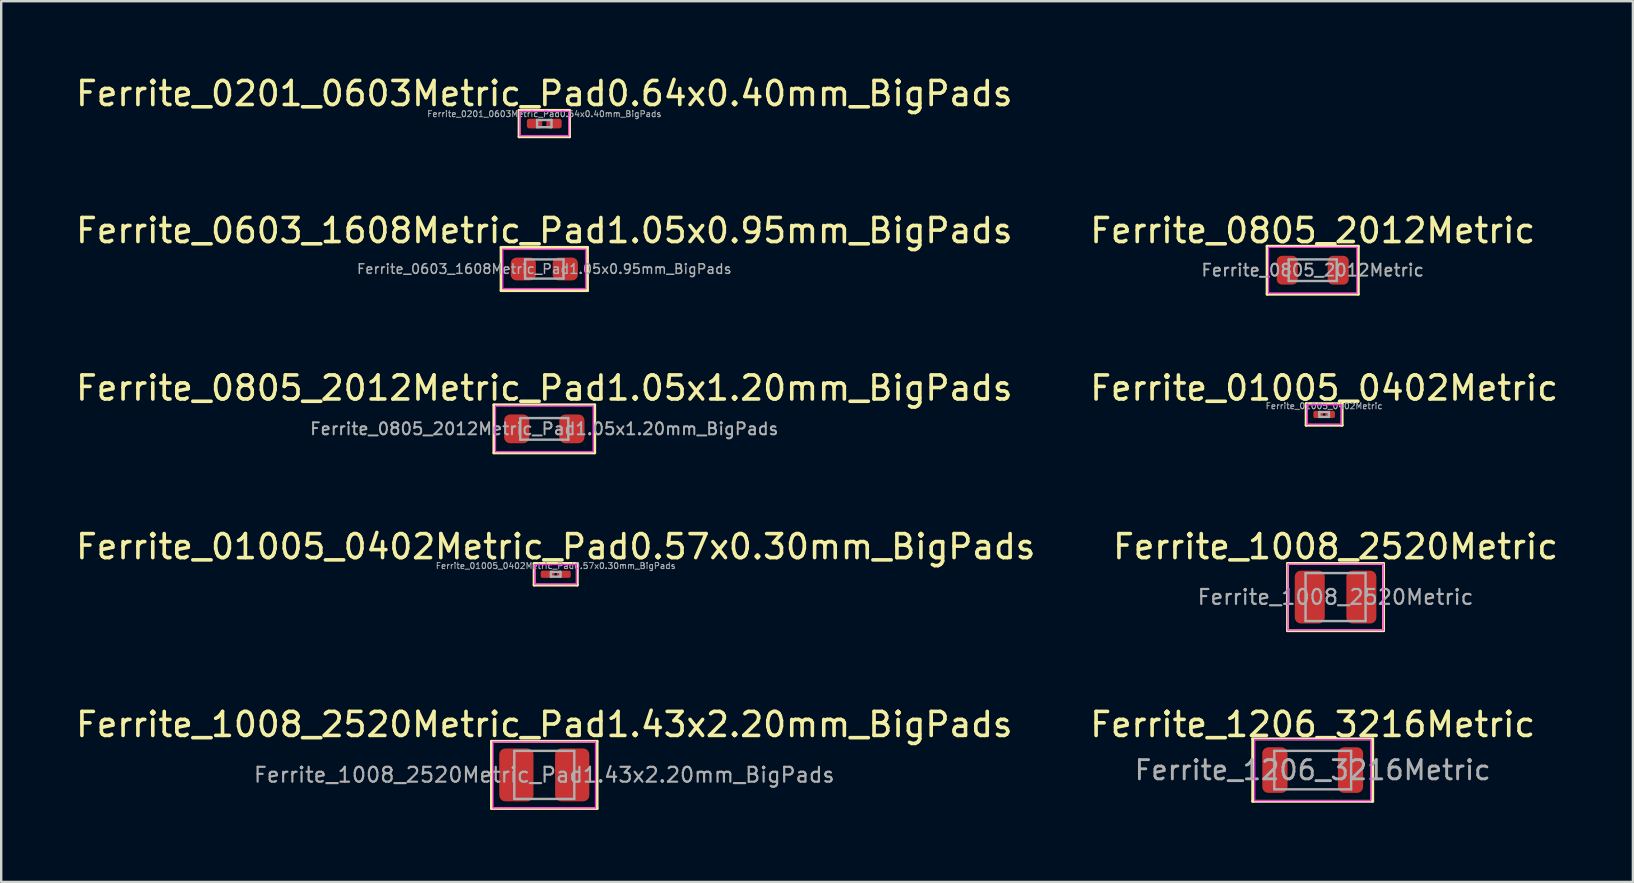
<source format=kicad_pcb>
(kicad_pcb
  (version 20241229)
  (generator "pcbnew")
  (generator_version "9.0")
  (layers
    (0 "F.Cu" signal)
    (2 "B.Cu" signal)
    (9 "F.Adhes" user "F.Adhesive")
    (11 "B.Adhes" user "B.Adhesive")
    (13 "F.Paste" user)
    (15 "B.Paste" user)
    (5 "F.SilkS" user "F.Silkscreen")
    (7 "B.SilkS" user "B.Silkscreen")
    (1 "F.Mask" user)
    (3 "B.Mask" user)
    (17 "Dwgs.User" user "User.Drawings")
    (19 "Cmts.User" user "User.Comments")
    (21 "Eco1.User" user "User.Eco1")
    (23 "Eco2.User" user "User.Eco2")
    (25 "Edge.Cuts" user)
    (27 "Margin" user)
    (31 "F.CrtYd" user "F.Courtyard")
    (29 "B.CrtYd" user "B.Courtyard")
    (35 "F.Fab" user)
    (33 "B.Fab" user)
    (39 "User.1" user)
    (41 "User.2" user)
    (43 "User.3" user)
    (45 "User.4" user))
  (footprint "Ferrite_01005_0402Metric"
    (layer "F.Cu")
    (at 52.113 14.216)
    (property "Reference" "Ferrite_01005_0402Metric" (at 0 -1.1 0) (layer "F.SilkS") (effects (font (size 1 1) (thickness 0.15))))
    (attr smd)
    (fp_line (start -0.75 -0.45) (end -0.75 0.45) (stroke (width 0.12) (type solid)) (layer "F.SilkS"))
    (fp_line (start -0.75 0.45) (end 0.75 0.45) (stroke (width 0.12) (type solid)) (layer "F.SilkS"))
    (fp_line (start 0.75 -0.45) (end -0.75 -0.45) (stroke (width 0.12) (type solid)) (layer "F.SilkS"))
    (fp_line (start 0.75 0.45) (end 0.75 -0.45) (stroke (width 0.12) (type solid)) (layer "F.SilkS"))
    (fp_line (start -0.711 -0.406) (end 0.711 -0.406) (stroke (width 0.05) (type solid)) (layer "F.CrtYd"))
    (fp_line (start -0.711 0.406) (end -0.711 -0.406) (stroke (width 0.05) (type solid)) (layer "F.CrtYd"))
    (fp_line (start 0.711 -0.406) (end 0.711 0.406) (stroke (width 0.05) (type solid)) (layer "F.CrtYd"))
    (fp_line (start 0.711 0.406) (end -0.711 0.406) (stroke (width 0.05) (type solid)) (layer "F.CrtYd"))
    (fp_line (start -0.2 -0.1) (end 0.2 -0.1) (stroke (width 0.1) (type solid)) (layer "F.Fab"))
    (fp_line (start -0.2 0.1) (end -0.2 -0.1) (stroke (width 0.1) (type solid)) (layer "F.Fab"))
    (fp_line (start 0.2 -0.1) (end 0.2 0.1) (stroke (width 0.1) (type solid)) (layer "F.Fab"))
    (fp_line (start 0.2 0.1) (end -0.2 0.1) (stroke (width 0.1) (type solid)) (layer "F.Fab"))
    (fp_text user "${REFERENCE}" (at 0 -0.35 0) (layer "F.Fab") (effects (font (size 0.25 0.25) (thickness 0.04))))
    (pad "" smd roundrect (at -0.275 0) (size 0.27 0.27) (layers "F.Paste") (roundrect_rratio 0.25))
    (pad "" smd roundrect (at 0.275 0) (size 0.27 0.27) (layers "F.Paste") (roundrect_rratio 0.25))
    (pad "1" smd roundrect (at -0.25 0) (size 0.4 0.3) (layers "F.Cu" "F.Mask") (roundrect_rratio 0.25))
    (pad "2" smd roundrect (at 0.25 0) (size 0.4 0.3) (layers "F.Cu" "F.Mask") (roundrect_rratio 0.25)))
  (footprint "Ferrite_0805_2012Metric_Pad1.05x1.20mm_BigPads"
    (layer "F.Cu")
    (at 19.625 14.816)
    (property "Reference" "Ferrite_0805_2012Metric_Pad1.05x1.20mm_BigPads" (at 0 -1.7 0) (layer "F.SilkS") (effects (font (size 1 1) (thickness 0.15))))
    (attr smd)
    (fp_line (start -2.1 -1) (end -2.1 1) (stroke (width 0.12) (type solid)) (layer "F.SilkS"))
    (fp_line (start -2.1 1) (end 2.1 1) (stroke (width 0.12) (type solid)) (layer "F.SilkS"))
    (fp_line (start 2.1 -1) (end -2.1 -1) (stroke (width 0.12) (type solid)) (layer "F.SilkS"))
    (fp_line (start 2.1 1) (end 2.1 -1) (stroke (width 0.12) (type solid)) (layer "F.SilkS"))
    (fp_line (start -2.032 -0.953) (end 2.032 -0.953) (stroke (width 0.05) (type solid)) (layer "F.CrtYd"))
    (fp_line (start -2.032 0.953) (end -2.032 -0.953) (stroke (width 0.05) (type solid)) (layer "F.CrtYd"))
    (fp_line (start 2.032 -0.953) (end 2.032 0.953) (stroke (width 0.05) (type solid)) (layer "F.CrtYd"))
    (fp_line (start 2.032 0.953) (end -2.032 0.953) (stroke (width 0.05) (type solid)) (layer "F.CrtYd"))
    (fp_line (start -1 -0.45) (end 1 -0.45) (stroke (width 0.1) (type solid)) (layer "F.Fab"))
    (fp_line (start -1 0.45) (end -1 -0.45) (stroke (width 0.1) (type solid)) (layer "F.Fab"))
    (fp_line (start 1 -0.45) (end 1 0.45) (stroke (width 0.1) (type solid)) (layer "F.Fab"))
    (fp_line (start 1 0.45) (end -1 0.45) (stroke (width 0.1) (type solid)) (layer "F.Fab"))
    (fp_text user "${REFERENCE}" (at 0 0 0) (layer "F.Fab") (effects (font (size 0.5 0.5) (thickness 0.08))))
    (pad "1" smd roundrect (at -1.15 0) (size 1.05 1.2) (layers "F.Cu" "F.Mask" "F.Paste") (roundrect_rratio 0.238))
    (pad "2" smd roundrect (at 1.15 0) (size 1.05 1.2) (layers "F.Cu" "F.Mask" "F.Paste") (roundrect_rratio 0.238)))
  (footprint "Ferrite_0201_0603Metric_Pad0.64x0.40mm_BigPads"
    (layer "F.Cu")
    (at 19.625 2.098)
    (property "Reference" "Ferrite_0201_0603Metric_Pad0.64x0.40mm_BigPads" (at 0 -1.25 0) (layer "F.SilkS") (effects (font (size 1 1) (thickness 0.15))))
    (attr smd)
    (fp_line (start -1.05 -0.55) (end -1.05 0.55) (stroke (width 0.12) (type solid)) (layer "F.SilkS"))
    (fp_line (start -1.05 -0.55) (end 1.05 -0.55) (stroke (width 0.12) (type solid)) (layer "F.SilkS"))
    (fp_line (start 1.05 -0.55) (end 1.05 0.55) (stroke (width 0.12) (type solid)) (layer "F.SilkS"))
    (fp_line (start 1.05 0.55) (end -1.05 0.55) (stroke (width 0.12) (type solid)) (layer "F.SilkS"))
    (fp_line (start -1.016 -0.508) (end 1.016 -0.508) (stroke (width 0.05) (type solid)) (layer "F.CrtYd"))
    (fp_line (start -1.016 0.508) (end -1.016 -0.508) (stroke (width 0.05) (type solid)) (layer "F.CrtYd"))
    (fp_line (start 1.016 -0.508) (end 1.016 0.508) (stroke (width 0.05) (type solid)) (layer "F.CrtYd"))
    (fp_line (start 1.016 0.508) (end -1.016 0.508) (stroke (width 0.05) (type solid)) (layer "F.CrtYd"))
    (fp_line (start -0.3 -0.15) (end 0.3 -0.15) (stroke (width 0.1) (type solid)) (layer "F.Fab"))
    (fp_line (start -0.3 0.15) (end -0.3 -0.15) (stroke (width 0.1) (type solid)) (layer "F.Fab"))
    (fp_line (start 0.3 -0.15) (end 0.3 0.15) (stroke (width 0.1) (type solid)) (layer "F.Fab"))
    (fp_line (start 0.3 0.15) (end -0.3 0.15) (stroke (width 0.1) (type solid)) (layer "F.Fab"))
    (fp_text user "${REFERENCE}" (at 0 -0.4 0) (layer "F.Fab") (effects (font (size 0.25 0.25) (thickness 0.04))))
    (pad "" smd roundrect (at -0.432 0) (size 0.458 0.36) (layers "F.Paste") (roundrect_rratio 0.25))
    (pad "" smd roundrect (at 0.432 0) (size 0.458 0.36) (layers "F.Paste") (roundrect_rratio 0.25))
    (pad "1" smd roundrect (at -0.407 0) (size 0.635 0.4) (layers "F.Cu" "F.Mask") (roundrect_rratio 0.25))
    (pad "2" smd roundrect (at 0.407 0) (size 0.635 0.4) (layers "F.Cu" "F.Mask") (roundrect_rratio 0.25)))
  (footprint "Ferrite_01005_0402Metric_Pad0.57x0.30mm_BigPads"
    (layer "F.Cu")
    (at 20.101 20.874)
    (property "Reference" "Ferrite_01005_0402Metric_Pad0.57x0.30mm_BigPads" (at 0 -1.15 0) (layer "F.SilkS") (effects (font (size 1 1) (thickness 0.15))))
    (attr smd)
    (fp_line (start -0.9 -0.45) (end -0.9 0.45) (stroke (width 0.12) (type solid)) (layer "F.SilkS"))
    (fp_line (start -0.9 0.45) (end 0.9 0.45) (stroke (width 0.12) (type solid)) (layer "F.SilkS"))
    (fp_line (start 0.9 -0.45) (end -0.9 -0.45) (stroke (width 0.12) (type solid)) (layer "F.SilkS"))
    (fp_line (start 0.9 0.45) (end 0.9 -0.45) (stroke (width 0.12) (type solid)) (layer "F.SilkS"))
    (fp_line (start -0.864 -0.406) (end 0.864 -0.406) (stroke (width 0.05) (type solid)) (layer "F.CrtYd"))
    (fp_line (start -0.864 0.406) (end -0.864 -0.406) (stroke (width 0.05) (type solid)) (layer "F.CrtYd"))
    (fp_line (start 0.864 -0.406) (end 0.864 0.406) (stroke (width 0.05) (type solid)) (layer "F.CrtYd"))
    (fp_line (start 0.864 0.406) (end -0.864 0.406) (stroke (width 0.05) (type solid)) (layer "F.CrtYd"))
    (fp_line (start -0.2 -0.1) (end 0.2 -0.1) (stroke (width 0.1) (type solid)) (layer "F.Fab"))
    (fp_line (start -0.2 0.1) (end -0.2 -0.1) (stroke (width 0.1) (type solid)) (layer "F.Fab"))
    (fp_line (start 0.2 -0.1) (end 0.2 0.1) (stroke (width 0.1) (type solid)) (layer "F.Fab"))
    (fp_line (start 0.2 0.1) (end -0.2 0.1) (stroke (width 0.1) (type solid)) (layer "F.Fab"))
    (fp_text user "${REFERENCE}" (at 0 -0.35 0) (layer "F.Fab") (effects (font (size 0.25 0.25) (thickness 0.04))))
    (pad "" smd roundrect (at -0.362 0) (size 0.41 0.27) (layers "F.Paste") (roundrect_rratio 0.25))
    (pad "" smd roundrect (at 0.362 0) (size 0.41 0.27) (layers "F.Paste") (roundrect_rratio 0.25))
    (pad "1" smd roundrect (at -0.338 0) (size 0.575 0.3) (layers "F.Cu" "F.Mask") (roundrect_rratio 0.25))
    (pad "2" smd roundrect (at 0.338 0) (size 0.575 0.3) (layers "F.Cu" "F.Mask") (roundrect_rratio 0.25)))
  (footprint "Ferrite_1008_2520Metric"
    (layer "F.Cu")
    (at 52.589 21.824)
    (property "Reference" "Ferrite_1008_2520Metric" (at 0 -2.1 0) (layer "F.SilkS") (effects (font (size 1 1) (thickness 0.15))))
    (attr smd)
    (fp_line (start -2 -1.4) (end -2 1.4) (stroke (width 0.12) (type solid)) (layer "F.SilkS"))
    (fp_line (start -2 1.4) (end 2 1.4) (stroke (width 0.12) (type solid)) (layer "F.SilkS"))
    (fp_line (start 2 -1.4) (end -2 -1.4) (stroke (width 0.12) (type solid)) (layer "F.SilkS"))
    (fp_line (start 2 1.4) (end 2 -1.4) (stroke (width 0.12) (type solid)) (layer "F.SilkS"))
    (fp_line (start -1.981 -1.372) (end 1.981 -1.372) (stroke (width 0.05) (type solid)) (layer "F.CrtYd"))
    (fp_line (start -1.981 1.372) (end -1.981 -1.372) (stroke (width 0.05) (type solid)) (layer "F.CrtYd"))
    (fp_line (start 1.981 -1.372) (end 1.981 1.372) (stroke (width 0.05) (type solid)) (layer "F.CrtYd"))
    (fp_line (start 1.981 1.372) (end -1.981 1.372) (stroke (width 0.05) (type solid)) (layer "F.CrtYd"))
    (fp_line (start -1.25 -1) (end 1.25 -1) (stroke (width 0.1) (type solid)) (layer "F.Fab"))
    (fp_line (start -1.25 1) (end -1.25 -1) (stroke (width 0.1) (type solid)) (layer "F.Fab"))
    (fp_line (start 1.25 -1) (end 1.25 1) (stroke (width 0.1) (type solid)) (layer "F.Fab"))
    (fp_line (start 1.25 1) (end -1.25 1) (stroke (width 0.1) (type solid)) (layer "F.Fab"))
    (fp_text user "${REFERENCE}" (at 0 0 0) (layer "F.Fab") (effects (font (size 0.62 0.62) (thickness 0.09))))
    (pad "1" smd roundrect (at -1.075 0) (size 1.25 2.2) (layers "F.Cu" "F.Mask" "F.Paste") (roundrect_rratio 0.2))
    (pad "2" smd roundrect (at 1.075 0) (size 1.25 2.2) (layers "F.Cu" "F.Mask" "F.Paste") (roundrect_rratio 0.2)))
  (footprint "Ferrite_1206_3216Metric"
    (layer "F.Cu")
    (at 51.637 29.032)
    (property "Reference" "Ferrite_1206_3216Metric" (at 0 -1.9 0) (layer "F.SilkS") (effects (font (size 1 1) (thickness 0.15))))
    (attr smd)
    (fp_line (start -2.5 -1.3) (end -2.5 1.3) (stroke (width 0.12) (type solid)) (layer "F.SilkS"))
    (fp_line (start -2.5 1.3) (end 2.5 1.3) (stroke (width 0.12) (type solid)) (layer "F.SilkS"))
    (fp_line (start 2.5 -1.3) (end -2.5 -1.3) (stroke (width 0.12) (type solid)) (layer "F.SilkS"))
    (fp_line (start 2.5 1.3) (end 2.5 -1.3) (stroke (width 0.12) (type solid)) (layer "F.SilkS"))
    (fp_line (start -2.413 -1.27) (end 2.413 -1.27) (stroke (width 0.05) (type solid)) (layer "F.CrtYd"))
    (fp_line (start -2.413 1.27) (end -2.413 -1.27) (stroke (width 0.05) (type solid)) (layer "F.CrtYd"))
    (fp_line (start 2.413 -1.27) (end 2.413 1.27) (stroke (width 0.05) (type solid)) (layer "F.CrtYd"))
    (fp_line (start 2.413 1.27) (end -2.413 1.27) (stroke (width 0.05) (type solid)) (layer "F.CrtYd"))
    (fp_line (start -1.6 -0.8) (end 1.6 -0.8) (stroke (width 0.1) (type solid)) (layer "F.Fab"))
    (fp_line (start -1.6 0.8) (end -1.6 -0.8) (stroke (width 0.1) (type solid)) (layer "F.Fab"))
    (fp_line (start 1.6 -0.8) (end 1.6 0.8) (stroke (width 0.1) (type solid)) (layer "F.Fab"))
    (fp_line (start 1.6 0.8) (end -1.6 0.8) (stroke (width 0.1) (type solid)) (layer "F.Fab"))
    (fp_text user "${REFERENCE}" (at 0 0 0) (layer "F.Fab") (effects (font (size 0.8 0.8) (thickness 0.12))))
    (pad "1" smd roundrect (at -1.575 0) (size 1.05 1.9) (layers "F.Cu" "F.Mask" "F.Paste") (roundrect_rratio 0.238))
    (pad "2" smd roundrect (at 1.575 0) (size 1.05 1.9) (layers "F.Cu" "F.Mask" "F.Paste") (roundrect_rratio 0.238)))
  (footprint "Ferrite_1008_2520Metric_Pad1.43x2.20mm_BigPads"
    (layer "F.Cu")
    (at 19.625 29.232)
    (property "Reference" "Ferrite_1008_2520Metric_Pad1.43x2.20mm_BigPads" (at 0 -2.1 0) (layer "F.SilkS") (effects (font (size 1 1) (thickness 0.15))))
    (attr smd)
    (fp_line (start -2.2 -1.4) (end -2.2 1.4) (stroke (width 0.12) (type solid)) (layer "F.SilkS"))
    (fp_line (start -2.2 1.4) (end 2.2 1.4) (stroke (width 0.12) (type solid)) (layer "F.SilkS"))
    (fp_line (start 2.2 -1.4) (end -2.2 -1.4) (stroke (width 0.12) (type solid)) (layer "F.SilkS"))
    (fp_line (start 2.2 1.4) (end 2.2 -1.4) (stroke (width 0.12) (type solid)) (layer "F.SilkS"))
    (fp_line (start -2.134 -1.372) (end 2.134 -1.372) (stroke (width 0.05) (type solid)) (layer "F.CrtYd"))
    (fp_line (start -2.134 1.372) (end -2.134 -1.372) (stroke (width 0.05) (type solid)) (layer "F.CrtYd"))
    (fp_line (start 2.134 -1.372) (end 2.134 1.372) (stroke (width 0.05) (type solid)) (layer "F.CrtYd"))
    (fp_line (start 2.134 1.372) (end -2.134 1.372) (stroke (width 0.05) (type solid)) (layer "F.CrtYd"))
    (fp_line (start -1.25 -1) (end 1.25 -1) (stroke (width 0.1) (type solid)) (layer "F.Fab"))
    (fp_line (start -1.25 1) (end -1.25 -1) (stroke (width 0.1) (type solid)) (layer "F.Fab"))
    (fp_line (start 1.25 -1) (end 1.25 1) (stroke (width 0.1) (type solid)) (layer "F.Fab"))
    (fp_line (start 1.25 1) (end -1.25 1) (stroke (width 0.1) (type solid)) (layer "F.Fab"))
    (fp_text user "${REFERENCE}" (at 0 0 0) (layer "F.Fab") (effects (font (size 0.62 0.62) (thickness 0.09))))
    (pad "1" smd roundrect (at -1.163 0) (size 1.425 2.2) (layers "F.Cu" "F.Mask" "F.Paste") (roundrect_rratio 0.175))
    (pad "2" smd roundrect (at 1.163 0) (size 1.425 2.2) (layers "F.Cu" "F.Mask" "F.Paste") (roundrect_rratio 0.175)))
  (footprint "Ferrite_0805_2012Metric"
    (layer "F.Cu")
    (at 51.637 8.207)
    (property "Reference" "Ferrite_0805_2012Metric" (at 0 -1.651 0) (layer "F.SilkS") (effects (font (size 1 1) (thickness 0.15))))
    (attr smd)
    (fp_line (start -1.9 -1) (end -1.9 1) (stroke (width 0.12) (type solid)) (layer "F.SilkS"))
    (fp_line (start -1.9 1) (end 1.9 1) (stroke (width 0.12) (type solid)) (layer "F.SilkS"))
    (fp_line (start 1.9 -1) (end -1.9 -1) (stroke (width 0.12) (type solid)) (layer "F.SilkS"))
    (fp_line (start 1.9 1) (end 1.9 -1) (stroke (width 0.12) (type solid)) (layer "F.SilkS"))
    (fp_line (start -1.841 -0.953) (end 1.841 -0.953) (stroke (width 0.05) (type solid)) (layer "F.CrtYd"))
    (fp_line (start -1.841 0.953) (end -1.841 -0.953) (stroke (width 0.05) (type solid)) (layer "F.CrtYd"))
    (fp_line (start 1.841 -0.953) (end 1.841 0.953) (stroke (width 0.05) (type solid)) (layer "F.CrtYd"))
    (fp_line (start 1.841 0.953) (end -1.841 0.953) (stroke (width 0.05) (type solid)) (layer "F.CrtYd"))
    (fp_line (start -1 -0.45) (end 1 -0.45) (stroke (width 0.1) (type solid)) (layer "F.Fab"))
    (fp_line (start -1 0.45) (end -1 -0.45) (stroke (width 0.1) (type solid)) (layer "F.Fab"))
    (fp_line (start 1 -0.45) (end 1 0.45) (stroke (width 0.1) (type solid)) (layer "F.Fab"))
    (fp_line (start 1 0.45) (end -1 0.45) (stroke (width 0.1) (type solid)) (layer "F.Fab"))
    (fp_text user "${REFERENCE}" (at 0 0 0) (layer "F.Fab") (effects (font (size 0.5 0.5) (thickness 0.08))))
    (pad "1" smd roundrect (at -1.062 0) (size 0.875 1.2) (layers "F.Cu" "F.Mask" "F.Paste") (roundrect_rratio 0.25))
    (pad "2" smd roundrect (at 1.062 0) (size 0.875 1.2) (layers "F.Cu" "F.Mask" "F.Paste") (roundrect_rratio 0.25)))
  (footprint "Ferrite_0603_1608Metric_Pad1.05x0.95mm_BigPads"
    (layer "F.Cu")
    (at 19.625 8.156)
    (property "Reference" "Ferrite_0603_1608Metric_Pad1.05x0.95mm_BigPads" (at 0 -1.6 0) (layer "F.SilkS") (effects (font (size 1 1) (thickness 0.15))))
    (attr smd)
    (fp_line (start -1.8 -0.9) (end -1.8 0.9) (stroke (width 0.12) (type solid)) (layer "F.SilkS"))
    (fp_line (start -1.8 0.9) (end 1.8 0.9) (stroke (width 0.12) (type solid)) (layer "F.SilkS"))
    (fp_line (start 1.8 -0.9) (end -1.8 -0.9) (stroke (width 0.12) (type solid)) (layer "F.SilkS"))
    (fp_line (start 1.8 0.9) (end 1.8 -0.9) (stroke (width 0.12) (type solid)) (layer "F.SilkS"))
    (fp_line (start -1.727 -0.813) (end 1.727 -0.813) (stroke (width 0.05) (type solid)) (layer "F.CrtYd"))
    (fp_line (start -1.727 0.813) (end -1.727 -0.813) (stroke (width 0.05) (type solid)) (layer "F.CrtYd"))
    (fp_line (start 1.727 -0.813) (end 1.727 0.813) (stroke (width 0.05) (type solid)) (layer "F.CrtYd"))
    (fp_line (start 1.727 0.813) (end -1.727 0.813) (stroke (width 0.05) (type solid)) (layer "F.CrtYd"))
    (fp_line (start -0.8 -0.4) (end 0.8 -0.4) (stroke (width 0.1) (type solid)) (layer "F.Fab"))
    (fp_line (start -0.8 0.4) (end -0.8 -0.4) (stroke (width 0.1) (type solid)) (layer "F.Fab"))
    (fp_line (start 0.8 -0.4) (end 0.8 0.4) (stroke (width 0.1) (type solid)) (layer "F.Fab"))
    (fp_line (start 0.8 0.4) (end -0.8 0.4) (stroke (width 0.1) (type solid)) (layer "F.Fab"))
    (fp_text user "${REFERENCE}" (at 0 0 0) (layer "F.Fab") (effects (font (size 0.4 0.4) (thickness 0.06))))
    (pad "1" smd roundrect (at -0.875 0) (size 1.05 0.95) (layers "F.Cu" "F.Mask" "F.Paste") (roundrect_rratio 0.25))
    (pad "2" smd roundrect (at 0.875 0) (size 1.05 0.95) (layers "F.Cu" "F.Mask" "F.Paste") (roundrect_rratio 0.25)))
  (gr_rect
    (start -3 -3)
    (end 64.976 33.692)
    (stroke (width 0.1) (type default))
    (fill no)
    (layer "Edge.Cuts")))
</source>
